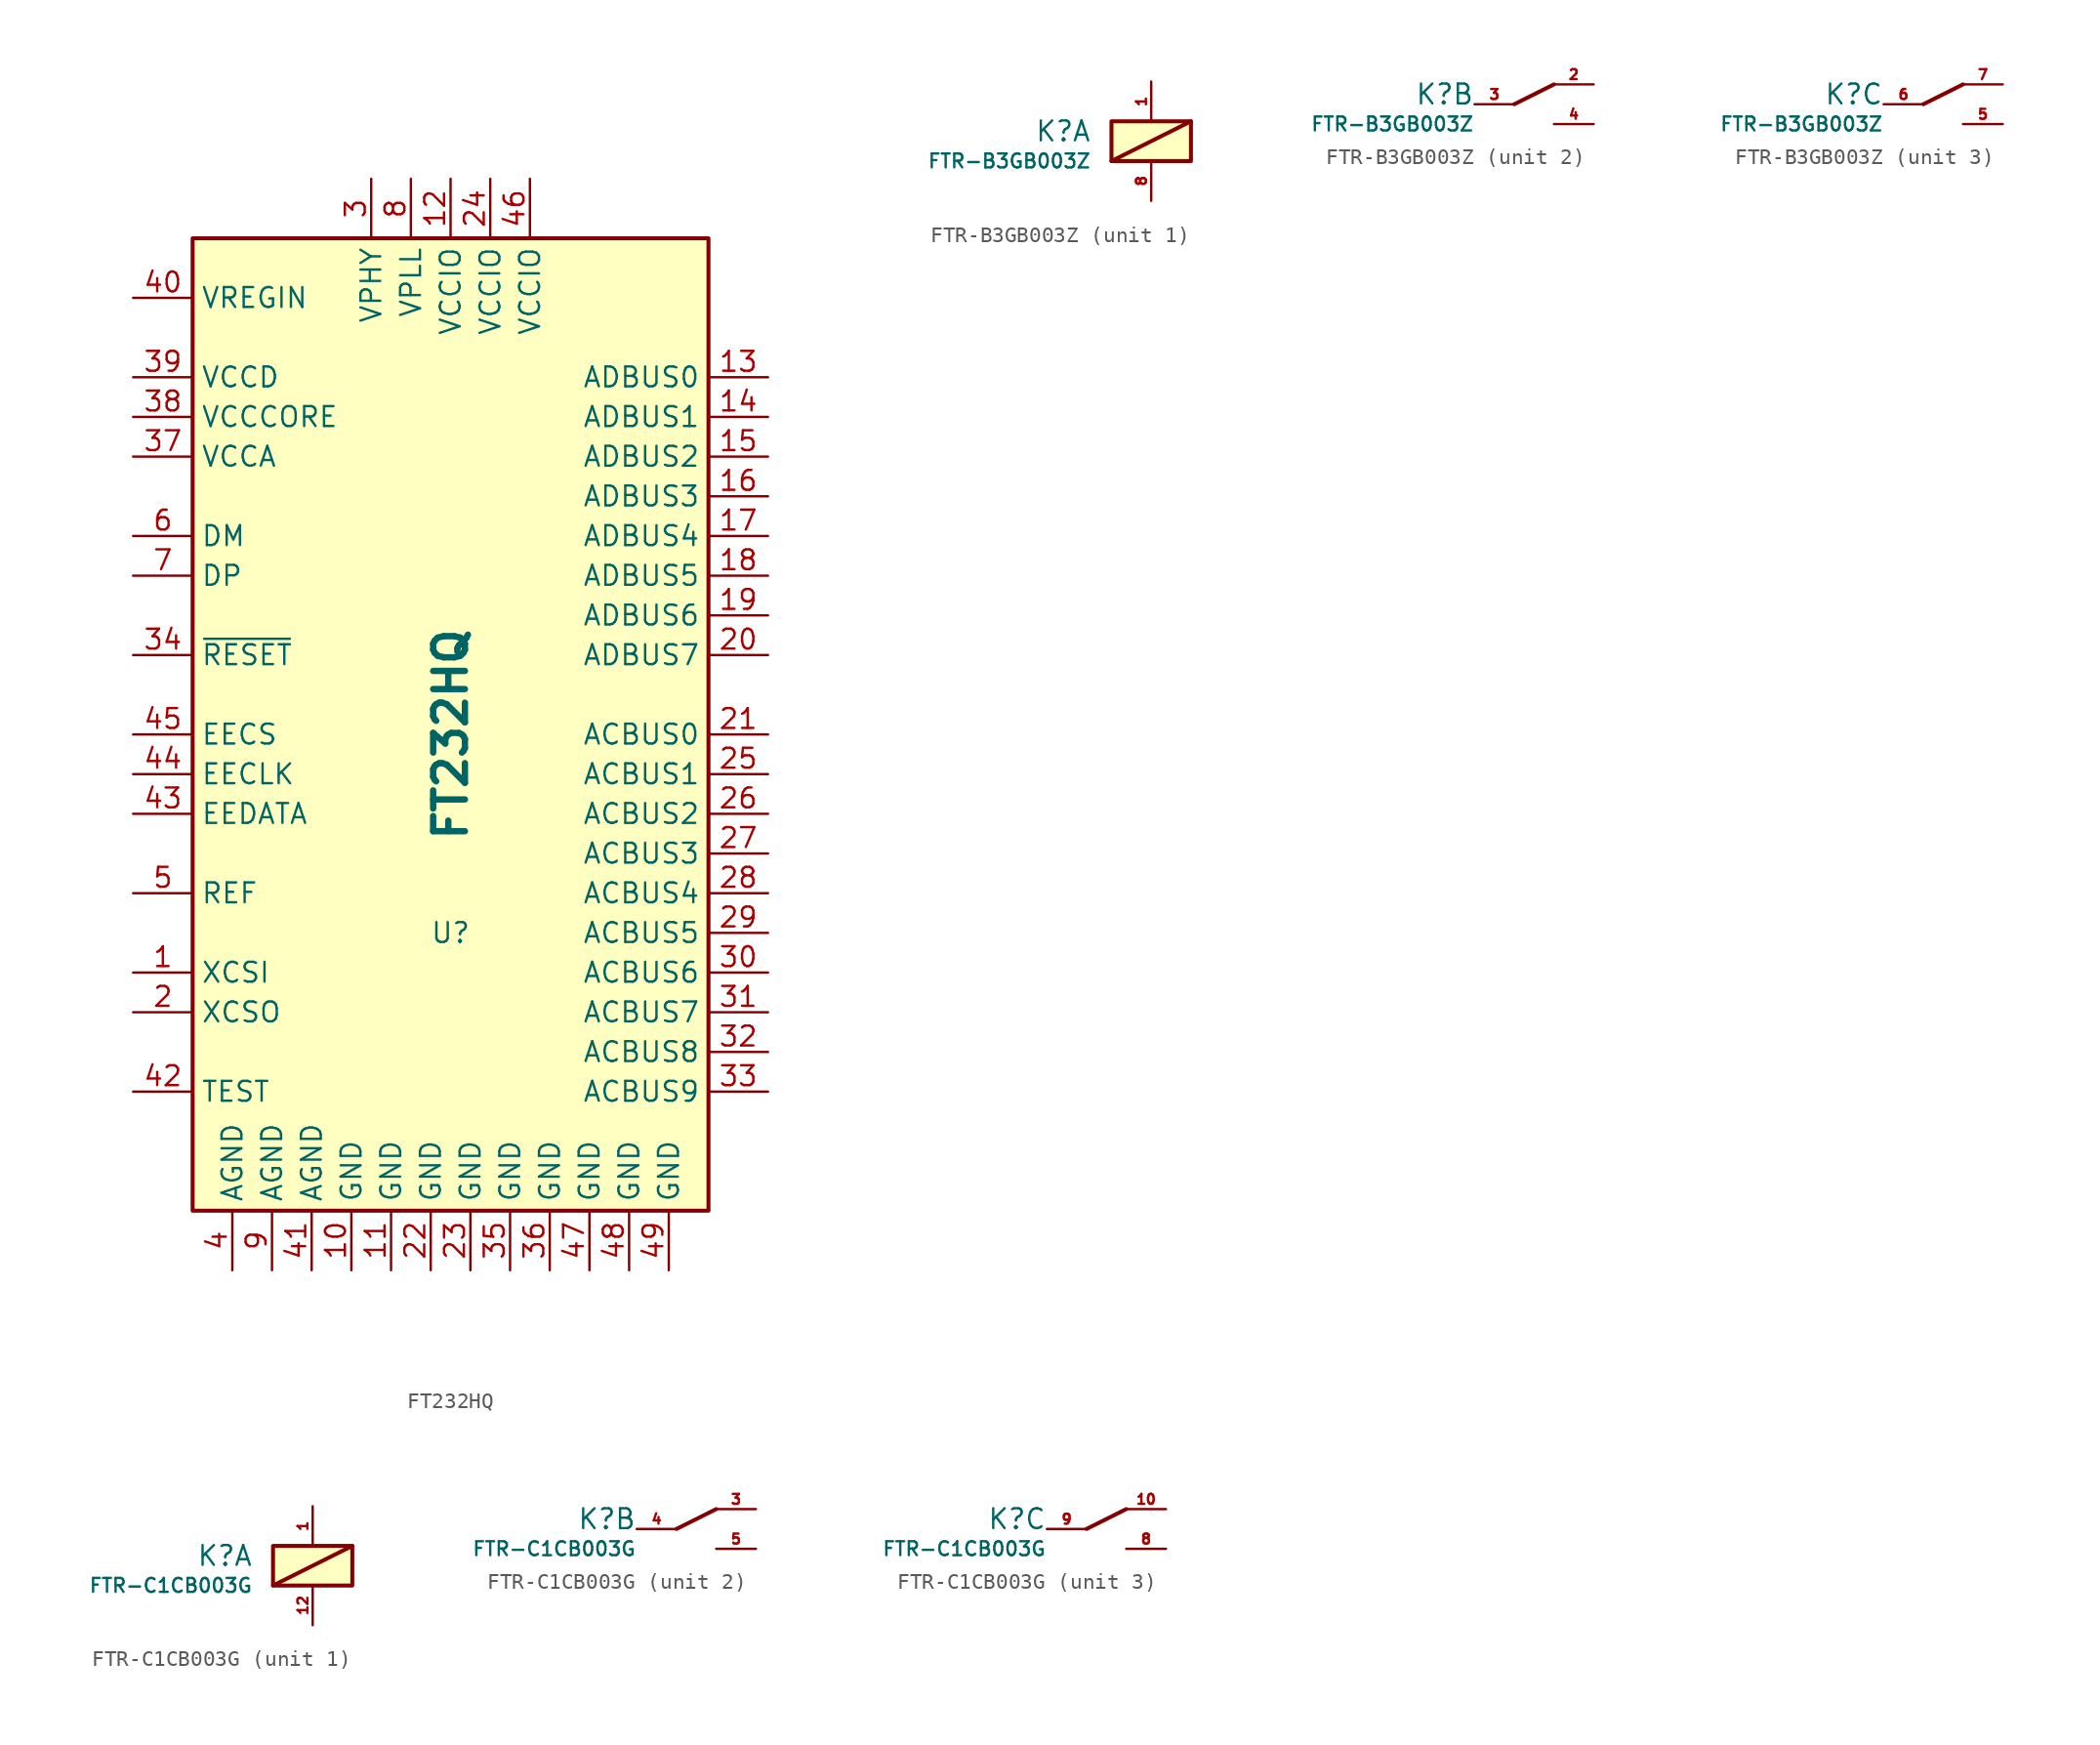
<source format=kicad_sym>
(kicad_symbol_lib
  (version 20231120)
  (generator "kicad_symbol_editor")
  (generator_version "8.0")
  (symbol "FT232HQ"
    (property "Reference" "U"
      (at 0 -12.7 0)
      (effects (font (size 1.27 1.27))))
    (property "Value" "FT232HQ"
      (at 0 0 90)
      (effects (font (size 2.032 2.032) (bold yes))))
    (symbol "FT232HQ_0_1"
      (rectangle (start -16.51 31.75) (end 16.51 -30.48) (stroke (width 0.254) (type default)) (fill (type background))))
    (symbol "FT232HQ_1_1"
      (pin passive line (at -20.32 -15.24 0) (length 3.81) (name "XCSI" (effects (font (size 1.27 1.27)))) (number "1" (effects (font (size 1.27 1.27)))))
      (pin passive line (at -6.35 -34.29 90) (length 3.81) (name "GND" (effects (font (size 1.27 1.27)))) (number "10" (effects (font (size 1.27 1.27)))))
      (pin passive line (at -3.81 -34.29 90) (length 3.81) (name "GND" (effects (font (size 1.27 1.27)))) (number "11" (effects (font (size 1.27 1.27)))))
      (pin passive line (at 0 35.56 270) (length 3.81) (name "VCCIO" (effects (font (size 1.27 1.27)))) (number "12" (effects (font (size 1.27 1.27)))))
      (pin passive line (at 20.32 22.86 180) (length 3.81) (name "ADBUS0" (effects (font (size 1.27 1.27)))) (number "13" (effects (font (size 1.27 1.27)))))
      (pin passive line (at 20.32 20.32 180) (length 3.81) (name "ADBUS1" (effects (font (size 1.27 1.27)))) (number "14" (effects (font (size 1.27 1.27)))))
      (pin passive line (at 20.32 17.78 180) (length 3.81) (name "ADBUS2" (effects (font (size 1.27 1.27)))) (number "15" (effects (font (size 1.27 1.27)))))
      (pin passive line (at 20.32 15.24 180) (length 3.81) (name "ADBUS3" (effects (font (size 1.27 1.27)))) (number "16" (effects (font (size 1.27 1.27)))))
      (pin passive line (at 20.32 12.7 180) (length 3.81) (name "ADBUS4" (effects (font (size 1.27 1.27)))) (number "17" (effects (font (size 1.27 1.27)))))
      (pin passive line (at 20.32 10.16 180) (length 3.81) (name "ADBUS5" (effects (font (size 1.27 1.27)))) (number "18" (effects (font (size 1.27 1.27)))))
      (pin passive line (at 20.32 7.62 180) (length 3.81) (name "ADBUS6" (effects (font (size 1.27 1.27)))) (number "19" (effects (font (size 1.27 1.27)))))
      (pin passive line (at -20.32 -17.78 0) (length 3.81) (name "XCSO" (effects (font (size 1.27 1.27)))) (number "2" (effects (font (size 1.27 1.27)))))
      (pin passive line (at 20.32 5.08 180) (length 3.81) (name "ADBUS7" (effects (font (size 1.27 1.27)))) (number "20" (effects (font (size 1.27 1.27)))))
      (pin passive line (at 20.32 0 180) (length 3.81) (name "ACBUS0" (effects (font (size 1.27 1.27)))) (number "21" (effects (font (size 1.27 1.27)))))
      (pin passive line (at -1.27 -34.29 90) (length 3.81) (name "GND" (effects (font (size 1.27 1.27)))) (number "22" (effects (font (size 1.27 1.27)))))
      (pin passive line (at 1.27 -34.29 90) (length 3.81) (name "GND" (effects (font (size 1.27 1.27)))) (number "23" (effects (font (size 1.27 1.27)))))
      (pin passive line (at 2.54 35.56 270) (length 3.81) (name "VCCIO" (effects (font (size 1.27 1.27)))) (number "24" (effects (font (size 1.27 1.27)))))
      (pin passive line (at 20.32 -2.54 180) (length 3.81) (name "ACBUS1" (effects (font (size 1.27 1.27)))) (number "25" (effects (font (size 1.27 1.27)))))
      (pin passive line (at 20.32 -5.08 180) (length 3.81) (name "ACBUS2" (effects (font (size 1.27 1.27)))) (number "26" (effects (font (size 1.27 1.27)))))
      (pin passive line (at 20.32 -7.62 180) (length 3.81) (name "ACBUS3" (effects (font (size 1.27 1.27)))) (number "27" (effects (font (size 1.27 1.27)))))
      (pin passive line (at 20.32 -10.16 180) (length 3.81) (name "ACBUS4" (effects (font (size 1.27 1.27)))) (number "28" (effects (font (size 1.27 1.27)))))
      (pin passive line (at 20.32 -12.7 180) (length 3.81) (name "ACBUS5" (effects (font (size 1.27 1.27)))) (number "29" (effects (font (size 1.27 1.27)))))
      (pin passive line (at -5.08 35.56 270) (length 3.81) (name "VPHY" (effects (font (size 1.27 1.27)))) (number "3" (effects (font (size 1.27 1.27)))))
      (pin passive line (at 20.32 -15.24 180) (length 3.81) (name "ACBUS6" (effects (font (size 1.27 1.27)))) (number "30" (effects (font (size 1.27 1.27)))))
      (pin passive line (at 20.32 -17.78 180) (length 3.81) (name "ACBUS7" (effects (font (size 1.27 1.27)))) (number "31" (effects (font (size 1.27 1.27)))))
      (pin passive line (at 20.32 -20.32 180) (length 3.81) (name "ACBUS8" (effects (font (size 1.27 1.27)))) (number "32" (effects (font (size 1.27 1.27)))))
      (pin passive line (at 20.32 -22.86 180) (length 3.81) (name "ACBUS9" (effects (font (size 1.27 1.27)))) (number "33" (effects (font (size 1.27 1.27)))))
      (pin passive line (at -20.32 5.08 0) (length 3.81) (name "~{RESET}" (effects (font (size 1.27 1.27)))) (number "34" (effects (font (size 1.27 1.27)))))
      (pin passive line (at 3.81 -34.29 90) (length 3.81) (name "GND" (effects (font (size 1.27 1.27)))) (number "35" (effects (font (size 1.27 1.27)))))
      (pin passive line (at 6.35 -34.29 90) (length 3.81) (name "GND" (effects (font (size 1.27 1.27)))) (number "36" (effects (font (size 1.27 1.27)))))
      (pin passive line (at -20.32 17.78 0) (length 3.81) (name "VCCA" (effects (font (size 1.27 1.27)))) (number "37" (effects (font (size 1.27 1.27)))))
      (pin passive line (at -20.32 20.32 0) (length 3.81) (name "VCCCORE" (effects (font (size 1.27 1.27)))) (number "38" (effects (font (size 1.27 1.27)))))
      (pin passive line (at -20.32 22.86 0) (length 3.81) (name "VCCD" (effects (font (size 1.27 1.27)))) (number "39" (effects (font (size 1.27 1.27)))))
      (pin passive line (at -13.97 -34.29 90) (length 3.81) (name "AGND" (effects (font (size 1.27 1.27)))) (number "4" (effects (font (size 1.27 1.27)))))
      (pin passive line (at -20.32 27.94 0) (length 3.81) (name "VREGIN" (effects (font (size 1.27 1.27)))) (number "40" (effects (font (size 1.27 1.27)))))
      (pin passive line (at -8.89 -34.29 90) (length 3.81) (name "AGND" (effects (font (size 1.27 1.27)))) (number "41" (effects (font (size 1.27 1.27)))))
      (pin passive line (at -20.32 -22.86 0) (length 3.81) (name "TEST" (effects (font (size 1.27 1.27)))) (number "42" (effects (font (size 1.27 1.27)))))
      (pin passive line (at -20.32 -5.08 0) (length 3.81) (name "EEDATA" (effects (font (size 1.27 1.27)))) (number "43" (effects (font (size 1.27 1.27)))))
      (pin passive line (at -20.32 -2.54 0) (length 3.81) (name "EECLK" (effects (font (size 1.27 1.27)))) (number "44" (effects (font (size 1.27 1.27)))))
      (pin passive line (at -20.32 0 0) (length 3.81) (name "EECS" (effects (font (size 1.27 1.27)))) (number "45" (effects (font (size 1.27 1.27)))))
      (pin passive line (at 5.08 35.56 270) (length 3.81) (name "VCCIO" (effects (font (size 1.27 1.27)))) (number "46" (effects (font (size 1.27 1.27)))))
      (pin passive line (at 8.89 -34.29 90) (length 3.81) (name "GND" (effects (font (size 1.27 1.27)))) (number "47" (effects (font (size 1.27 1.27)))))
      (pin passive line (at 11.43 -34.29 90) (length 3.81) (name "GND" (effects (font (size 1.27 1.27)))) (number "48" (effects (font (size 1.27 1.27)))))
      (pin passive line (at 13.97 -34.29 90) (length 3.81) (name "GND" (effects (font (size 1.27 1.27)))) (number "49" (effects (font (size 1.27 1.27)))))
      (pin passive line (at -20.32 -10.16 0) (length 3.81) (name "REF" (effects (font (size 1.27 1.27)))) (number "5" (effects (font (size 1.27 1.27)))))
      (pin passive line (at -20.32 12.7 0) (length 3.81) (name "DM" (effects (font (size 1.27 1.27)))) (number "6" (effects (font (size 1.27 1.27)))))
      (pin passive line (at -20.32 10.16 0) (length 3.81) (name "DP" (effects (font (size 1.27 1.27)))) (number "7" (effects (font (size 1.27 1.27)))))
      (pin passive line (at -2.54 35.56 270) (length 3.81) (name "VPLL" (effects (font (size 1.27 1.27)))) (number "8" (effects (font (size 1.27 1.27)))))
      (pin passive line (at -11.43 -34.29 90) (length 3.81) (name "AGND" (effects (font (size 1.27 1.27)))) (number "9" (effects (font (size 1.27 1.27)))))))
  (symbol "FTR-B3GB003Z"
    (property "Reference" "K"
      (at -3.81 0.635 0)
      (effects (font (size 1.27 1.27)) (justify right)))
    (property "Value" "FTR-B3GB003Z"
      (at -3.81 -1.27 0)
      (effects (font (size 0.889 0.889)) (justify right)))
    (property "ki_locked" ""
      (at 0 0 0)
      (effects (font (size 1.27 1.27))))
    (symbol "FTR-B3GB003Z_1_1"
      (rectangle (start -2.54 1.27) (end 2.54 -1.27) (stroke (width 0.254) (type default)) (fill (type background)))
      (polyline (pts (xy 2.54 1.27) (xy -2.54 -1.27)) (stroke (width 0.254) (type default)) (fill (type none)))
      (pin passive line (at 0 3.81 270) (length 2.54) (name "~" (effects (font (size 1.27 1.27)))) (number "1" (effects (font (size 0.635 0.635)))))
      (pin passive line (at 0 -3.81 90) (length 2.54) (name "~" (effects (font (size 1.27 1.27)))) (number "8" (effects (font (size 0.635 0.635))))))
    (symbol "FTR-B3GB003Z_2_1"
      (polyline (pts (xy -1.27 0) (xy 1.27 1.27)) (stroke (width 0.254) (type default)) (fill (type none)))
      (pin passive line (at 3.81 1.27 180) (length 2.54) (name "~" (effects (font (size 1.27 1.27)))) (number "2" (effects (font (size 0.635 0.635)))))
      (pin passive line (at -3.81 0 0) (length 2.54) (name "~" (effects (font (size 1.27 1.27)))) (number "3" (effects (font (size 0.635 0.635)))))
      (pin passive line (at 3.81 -1.27 180) (length 2.54) (name "~" (effects (font (size 1.27 1.27)))) (number "4" (effects (font (size 0.635 0.635))))))
    (symbol "FTR-B3GB003Z_3_1"
      (polyline (pts (xy -1.27 0) (xy 1.27 1.27)) (stroke (width 0.254) (type default)) (fill (type none)))
      (pin passive line (at 3.81 -1.27 180) (length 2.54) (name "~" (effects (font (size 1.27 1.27)))) (number "5" (effects (font (size 0.635 0.635)))))
      (pin passive line (at -3.81 0 0) (length 2.54) (name "~" (effects (font (size 1.27 1.27)))) (number "6" (effects (font (size 0.635 0.635)))))
      (pin passive line (at 3.81 1.27 180) (length 2.54) (name "~" (effects (font (size 1.27 1.27)))) (number "7" (effects (font (size 0.635 0.635)))))))
  (symbol "FTR-C1CB003G"
    (property "Reference" "K"
      (at -3.81 0.635 0)
      (effects (font (size 1.27 1.27)) (justify right)))
    (property "Value" "FTR-C1CB003G"
      (at -3.81 -1.27 0)
      (effects (font (size 0.889 0.889)) (justify right)))
    (property "ki_locked" ""
      (at 0 0 0)
      (effects (font (size 1.27 1.27))))
    (symbol "FTR-C1CB003G_1_1"
      (rectangle (start -2.54 1.27) (end 2.54 -1.27) (stroke (width 0.254) (type default)) (fill (type background)))
      (polyline (pts (xy 2.54 1.27) (xy -2.54 -1.27)) (stroke (width 0.254) (type default)) (fill (type none)))
      (pin passive line (at 0 3.81 270) (length 2.54) (name "~" (effects (font (size 1.27 1.27)))) (number "1" (effects (font (size 0.635 0.635)))))
      (pin passive line (at 0 -3.81 90) (length 2.54) (name "~" (effects (font (size 1.27 1.27)))) (number "12" (effects (font (size 0.635 0.635))))))
    (symbol "FTR-C1CB003G_2_1"
      (polyline (pts (xy -1.27 0) (xy 1.27 1.27)) (stroke (width 0.254) (type default)) (fill (type none)))
      (pin passive line (at 3.81 1.27 180) (length 2.54) (name "~" (effects (font (size 1.27 1.27)))) (number "3" (effects (font (size 0.635 0.635)))))
      (pin passive line (at -3.81 0 0) (length 2.54) (name "~" (effects (font (size 1.27 1.27)))) (number "4" (effects (font (size 0.635 0.635)))))
      (pin passive line (at 3.81 -1.27 180) (length 2.54) (name "~" (effects (font (size 1.27 1.27)))) (number "5" (effects (font (size 0.635 0.635))))))
    (symbol "FTR-C1CB003G_3_1"
      (polyline (pts (xy -1.27 0) (xy 1.27 1.27)) (stroke (width 0.254) (type default)) (fill (type none)))
      (pin passive line (at 3.81 1.27 180) (length 2.54) (name "~" (effects (font (size 1.27 1.27)))) (number "10" (effects (font (size 0.635 0.635)))))
      (pin passive line (at 3.81 -1.27 180) (length 2.54) (name "~" (effects (font (size 1.27 1.27)))) (number "8" (effects (font (size 0.635 0.635)))))
      (pin passive line (at -3.81 0 0) (length 2.54) (name "~" (effects (font (size 1.27 1.27)))) (number "9" (effects (font (size 0.635 0.635))))))))
</source>
